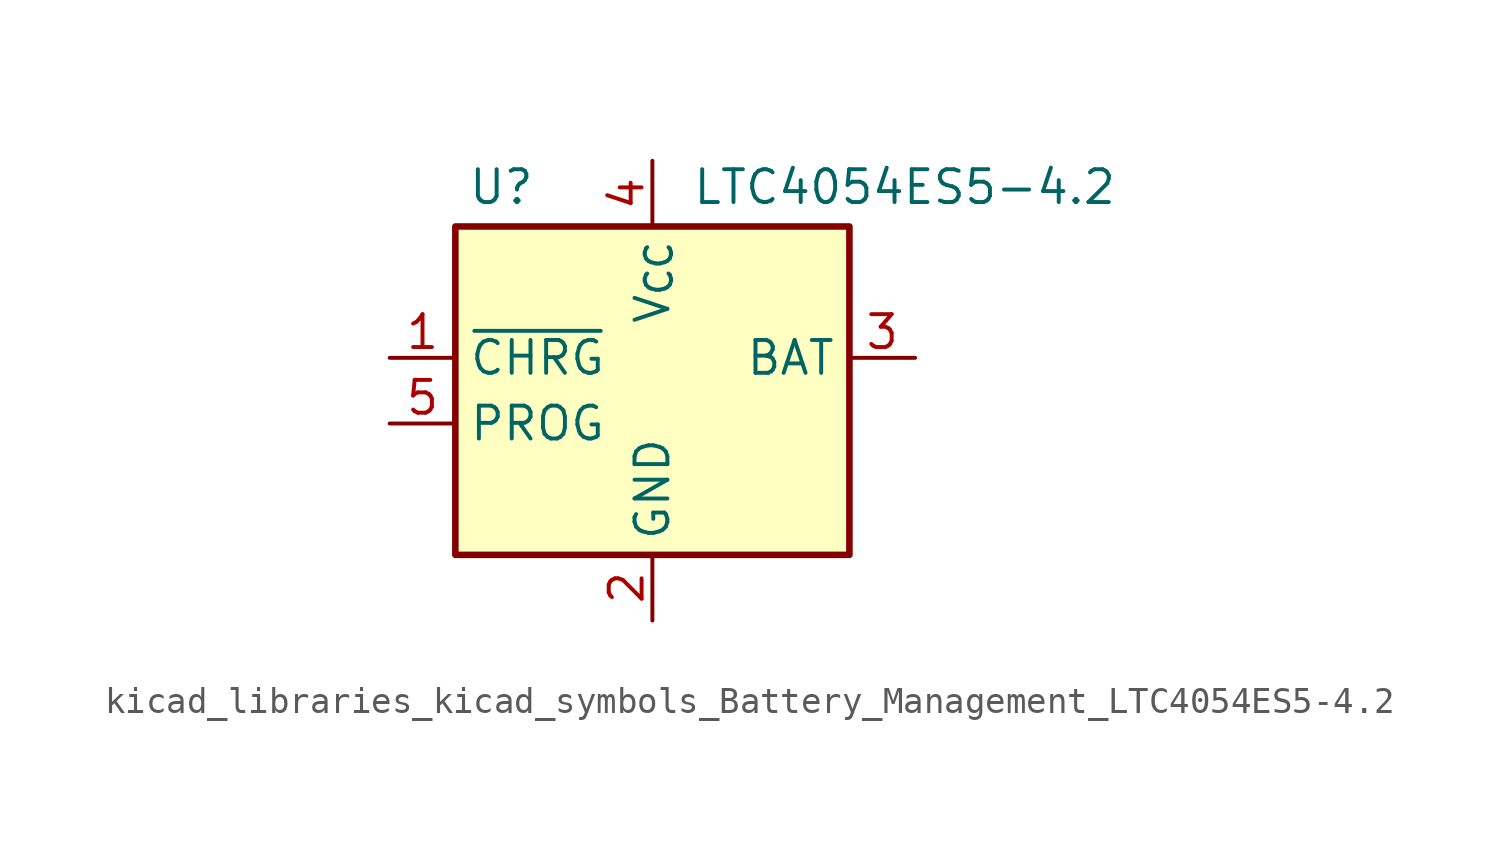
<source format=kicad_sym>
(kicad_symbol_lib
  (version 20220914)
  (generator kicad_symbol_editor)
  (symbol "kicad_libraries_kicad_symbols_Battery_Management_LTC4054ES5-4.2"
    (property "Reference" "U"
      (at -5.842 6.604 0)
      (effects (font (size 1.27 1.27))))
    (property "Value" "LTC4054ES5-4.2"
      (at 1.524 6.604 0)
      (effects (font (size 1.27 1.27)) (justify left)))
    (symbol "kicad_libraries_kicad_symbols_Battery_Management_LTC4054ES5-4.2_0_1"
      (rectangle (start -7.62 5.08) (end 7.62 -7.62) (stroke (width 0.254) (type default)) (fill (type background))))
    (symbol "kicad_libraries_kicad_symbols_Battery_Management_LTC4054ES5-4.2_1_1"
      (pin open_collector line (at -10.16 0 0) (length 2.54) (name "~{CHRG}" (effects (font (size 1.27 1.27)))) (number "1" (effects (font (size 1.27 1.27)))))
      (pin power_in line (at 0 -10.16 90) (length 2.54) (name "GND" (effects (font (size 1.27 1.27)))) (number "2" (effects (font (size 1.27 1.27)))))
      (pin power_out line (at 10.16 0 180) (length 2.54) (name "BAT" (effects (font (size 1.27 1.27)))) (number "3" (effects (font (size 1.27 1.27)))))
      (pin power_in line (at 0 7.62 270) (length 2.54) (name "V_{CC}" (effects (font (size 1.27 1.27)))) (number "4" (effects (font (size 1.27 1.27)))))
      (pin bidirectional line (at -10.16 -2.54 0) (length 2.54) (name "PROG" (effects (font (size 1.27 1.27)))) (number "5" (effects (font (size 1.27 1.27))))))))
</source>
